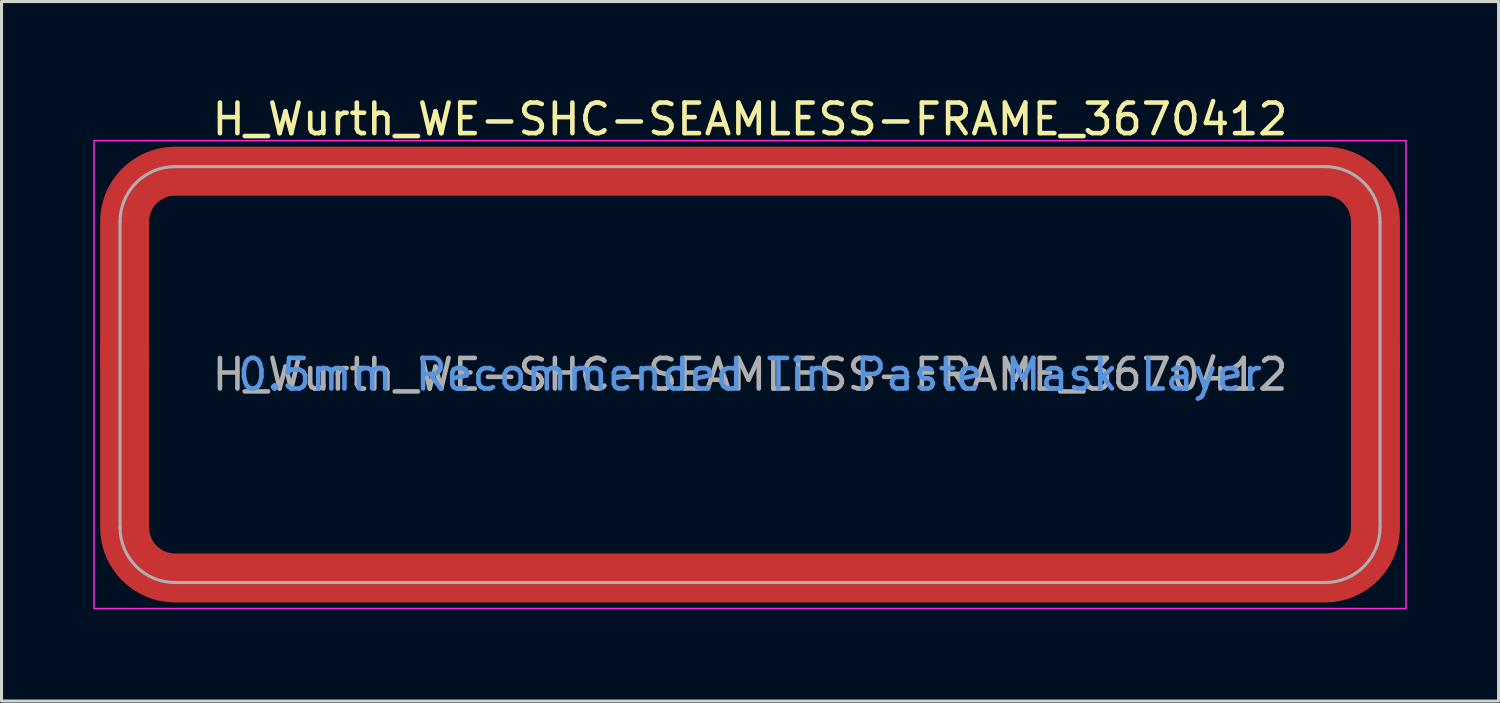
<source format=kicad_pcb>
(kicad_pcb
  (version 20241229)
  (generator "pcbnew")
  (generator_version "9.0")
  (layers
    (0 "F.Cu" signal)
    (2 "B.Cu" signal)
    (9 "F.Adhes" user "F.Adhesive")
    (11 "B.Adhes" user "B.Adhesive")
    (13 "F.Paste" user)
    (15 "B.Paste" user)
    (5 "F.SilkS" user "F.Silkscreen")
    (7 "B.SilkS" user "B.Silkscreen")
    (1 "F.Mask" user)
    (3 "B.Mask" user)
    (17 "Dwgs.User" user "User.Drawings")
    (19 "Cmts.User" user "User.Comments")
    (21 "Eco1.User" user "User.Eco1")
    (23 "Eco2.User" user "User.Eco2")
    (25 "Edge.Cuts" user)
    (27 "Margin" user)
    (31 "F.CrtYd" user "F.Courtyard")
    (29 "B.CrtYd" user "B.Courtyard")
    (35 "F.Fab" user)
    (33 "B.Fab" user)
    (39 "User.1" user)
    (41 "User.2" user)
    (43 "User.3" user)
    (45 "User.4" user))
  (footprint "H_Wurth_WE-SHC-SEAMLESS-FRAME_3670412"
    (layer "F.Cu")
    (at 21.475 9.198)
    (property "Reference" "H_Wurth_WE-SHC-SEAMLESS-FRAME_3670412" (at 0 -8.35 0) (unlocked yes) (layer "F.SilkS") (effects (font (size 1 1) (thickness 0.15))))
    (attr smd)
    (fp_poly (pts (xy -19.7 -0.25) (xy -21.2 -0.25) (xy -21.2 -5) (xy -21.197 -5.126) (xy -21.187 -5.251) (xy -21.17 -5.375) (xy -21.148 -5.499) (xy -21.118 -5.621) (xy -21.083 -5.742) (xy -21.041 -5.86) (xy -20.993 -5.976) (xy -20.938 -6.09) (xy -20.878 -6.2) (xy -20.813 -6.307) (xy -20.742 -6.411) (xy -20.665 -6.51) (xy -20.584 -6.606) (xy -20.497 -6.697) (xy -20.406 -6.784) (xy -20.31 -6.865) (xy -20.211 -6.942) (xy -20.107 -7.013) (xy -20 -7.078) (xy -19.89 -7.138) (xy -19.776 -7.193) (xy -19.66 -7.241) (xy -19.542 -7.283) (xy -19.421 -7.318) (xy -19.299 -7.348) (xy -19.175 -7.37) (xy -19.051 -7.387) (xy -18.926 -7.397) (xy -18.8 -7.4) (xy 18.8 -7.4) (xy 18.926 -7.397) (xy 19.051 -7.387) (xy 19.175 -7.37) (xy 19.299 -7.348) (xy 19.421 -7.318) (xy 19.542 -7.283) (xy 19.66 -7.241) (xy 19.776 -7.193) (xy 19.89 -7.138) (xy 20 -7.078) (xy 20.107 -7.013) (xy 20.211 -6.942) (xy 20.31 -6.865) (xy 20.406 -6.784) (xy 20.497 -6.697) (xy 20.584 -6.606) (xy 20.665 -6.51) (xy 20.742 -6.411) (xy 20.813 -6.307) (xy 20.878 -6.2) (xy 20.938 -6.09) (xy 20.993 -5.976) (xy 21.041 -5.86) (xy 21.083 -5.742) (xy 21.118 -5.621) (xy 21.148 -5.499) (xy 21.17 -5.375) (xy 21.187 -5.251) (xy 21.197 -5.126) (xy 21.2 -5) (xy 21.2 -0.25) (xy 19.7 -0.25) (xy 19.7 -5) (xy 19.699 -5.047) (xy 19.695 -5.094) (xy 19.689 -5.141) (xy 19.68 -5.187) (xy 19.669 -5.233) (xy 19.656 -5.278) (xy 19.64 -5.323) (xy 19.622 -5.366) (xy 19.602 -5.409) (xy 19.579 -5.45) (xy 19.555 -5.49) (xy 19.528 -5.529) (xy 19.499 -5.566) (xy 19.469 -5.602) (xy 19.436 -5.636) (xy 19.402 -5.669) (xy 19.366 -5.699) (xy 19.329 -5.728) (xy 19.29 -5.755) (xy 19.25 -5.779) (xy 19.209 -5.802) (xy 19.166 -5.822) (xy 19.123 -5.84) (xy 19.078 -5.856) (xy 19.033 -5.869) (xy 18.987 -5.88) (xy 18.941 -5.889) (xy 18.894 -5.895) (xy 18.847 -5.899) (xy 18.8 -5.9) (xy -18.8 -5.9) (xy -18.847 -5.899) (xy -18.894 -5.895) (xy -18.941 -5.889) (xy -18.987 -5.88) (xy -19.033 -5.869) (xy -19.078 -5.856) (xy -19.123 -5.84) (xy -19.166 -5.822) (xy -19.209 -5.802) (xy -19.25 -5.779) (xy -19.29 -5.755) (xy -19.329 -5.728) (xy -19.366 -5.699) (xy -19.402 -5.669) (xy -19.436 -5.636) (xy -19.469 -5.602) (xy -19.499 -5.566) (xy -19.528 -5.529) (xy -19.555 -5.49) (xy -19.579 -5.45) (xy -19.602 -5.409) (xy -19.622 -5.366) (xy -19.64 -5.323) (xy -19.656 -5.278) (xy -19.669 -5.233) (xy -19.68 -5.187) (xy -19.689 -5.141) (xy -19.695 -5.094) (xy -19.699 -5.047) (xy -19.7 -5) (xy -19.7 -0.25)) (stroke (width 0.1) (type solid)) (fill yes) (layer "F.Cu"))
    (fp_poly (pts (xy -19.7 -0.25) (xy -21.2 -0.25) (xy -21.2 -5) (xy -21.197 -5.126) (xy -21.187 -5.251) (xy -21.17 -5.375) (xy -21.148 -5.499) (xy -21.118 -5.621) (xy -21.083 -5.742) (xy -21.041 -5.86) (xy -20.993 -5.976) (xy -20.938 -6.09) (xy -20.878 -6.2) (xy -20.813 -6.307) (xy -20.742 -6.411) (xy -20.665 -6.51) (xy -20.584 -6.606) (xy -20.497 -6.697) (xy -20.406 -6.784) (xy -20.31 -6.865) (xy -20.211 -6.942) (xy -20.107 -7.013) (xy -20 -7.078) (xy -19.89 -7.138) (xy -19.776 -7.193) (xy -19.66 -7.241) (xy -19.542 -7.283) (xy -19.421 -7.318) (xy -19.299 -7.348) (xy -19.175 -7.37) (xy -19.051 -7.387) (xy -18.926 -7.397) (xy -18.8 -7.4) (xy 18.8 -7.4) (xy 18.926 -7.397) (xy 19.051 -7.387) (xy 19.175 -7.37) (xy 19.299 -7.348) (xy 19.421 -7.318) (xy 19.542 -7.283) (xy 19.66 -7.241) (xy 19.776 -7.193) (xy 19.89 -7.138) (xy 20 -7.078) (xy 20.107 -7.013) (xy 20.211 -6.942) (xy 20.31 -6.865) (xy 20.406 -6.784) (xy 20.497 -6.697) (xy 20.584 -6.606) (xy 20.665 -6.51) (xy 20.742 -6.411) (xy 20.813 -6.307) (xy 20.878 -6.2) (xy 20.938 -6.09) (xy 20.993 -5.976) (xy 21.041 -5.86) (xy 21.083 -5.742) (xy 21.118 -5.621) (xy 21.148 -5.499) (xy 21.17 -5.375) (xy 21.187 -5.251) (xy 21.197 -5.126) (xy 21.2 -5) (xy 21.2 -0.25) (xy 19.7 -0.25) (xy 19.7 -5) (xy 19.699 -5.047) (xy 19.695 -5.094) (xy 19.689 -5.141) (xy 19.68 -5.187) (xy 19.669 -5.233) (xy 19.656 -5.278) (xy 19.64 -5.323) (xy 19.622 -5.366) (xy 19.602 -5.409) (xy 19.579 -5.45) (xy 19.555 -5.49) (xy 19.528 -5.529) (xy 19.499 -5.566) (xy 19.469 -5.602) (xy 19.436 -5.636) (xy 19.402 -5.669) (xy 19.366 -5.699) (xy 19.329 -5.728) (xy 19.29 -5.755) (xy 19.25 -5.779) (xy 19.209 -5.802) (xy 19.166 -5.822) (xy 19.123 -5.84) (xy 19.078 -5.856) (xy 19.033 -5.869) (xy 18.987 -5.88) (xy 18.941 -5.889) (xy 18.894 -5.895) (xy 18.847 -5.899) (xy 18.8 -5.9) (xy -18.8 -5.9) (xy -18.847 -5.899) (xy -18.894 -5.895) (xy -18.941 -5.889) (xy -18.987 -5.88) (xy -19.033 -5.869) (xy -19.078 -5.856) (xy -19.123 -5.84) (xy -19.166 -5.822) (xy -19.209 -5.802) (xy -19.25 -5.779) (xy -19.29 -5.755) (xy -19.329 -5.728) (xy -19.366 -5.699) (xy -19.402 -5.669) (xy -19.436 -5.636) (xy -19.469 -5.602) (xy -19.499 -5.566) (xy -19.528 -5.529) (xy -19.555 -5.49) (xy -19.579 -5.45) (xy -19.602 -5.409) (xy -19.622 -5.366) (xy -19.64 -5.323) (xy -19.656 -5.278) (xy -19.669 -5.233) (xy -19.68 -5.187) (xy -19.689 -5.141) (xy -19.695 -5.094) (xy -19.699 -5.047) (xy -19.7 -5) (xy -19.7 -0.25)) (stroke (width 0.1) (type solid)) (fill yes) (layer "F.Mask"))
    (fp_poly (pts (xy -19.7 -0.25) (xy -21.2 -0.25) (xy -21.2 -5) (xy -21.197 -5.126) (xy -21.187 -5.251) (xy -21.17 -5.375) (xy -21.148 -5.499) (xy -21.118 -5.621) (xy -21.083 -5.742) (xy -21.041 -5.86) (xy -20.993 -5.976) (xy -20.938 -6.09) (xy -20.878 -6.2) (xy -20.813 -6.307) (xy -20.742 -6.411) (xy -20.665 -6.51) (xy -20.584 -6.606) (xy -20.497 -6.697) (xy -20.406 -6.784) (xy -20.31 -6.865) (xy -20.211 -6.942) (xy -20.107 -7.013) (xy -20 -7.078) (xy -19.89 -7.138) (xy -19.776 -7.193) (xy -19.66 -7.241) (xy -19.542 -7.283) (xy -19.421 -7.318) (xy -19.299 -7.348) (xy -19.175 -7.37) (xy -19.051 -7.387) (xy -18.926 -7.397) (xy -18.8 -7.4) (xy 18.8 -7.4) (xy 18.926 -7.397) (xy 19.051 -7.387) (xy 19.175 -7.37) (xy 19.299 -7.348) (xy 19.421 -7.318) (xy 19.542 -7.283) (xy 19.66 -7.241) (xy 19.776 -7.193) (xy 19.89 -7.138) (xy 20 -7.078) (xy 20.107 -7.013) (xy 20.211 -6.942) (xy 20.31 -6.865) (xy 20.406 -6.784) (xy 20.497 -6.697) (xy 20.584 -6.606) (xy 20.665 -6.51) (xy 20.742 -6.411) (xy 20.813 -6.307) (xy 20.878 -6.2) (xy 20.938 -6.09) (xy 20.993 -5.976) (xy 21.041 -5.86) (xy 21.083 -5.742) (xy 21.118 -5.621) (xy 21.148 -5.499) (xy 21.17 -5.375) (xy 21.187 -5.251) (xy 21.197 -5.126) (xy 21.2 -5) (xy 21.2 -0.25) (xy 19.7 -0.25) (xy 19.7 -5) (xy 19.699 -5.047) (xy 19.695 -5.094) (xy 19.689 -5.141) (xy 19.68 -5.187) (xy 19.669 -5.233) (xy 19.656 -5.278) (xy 19.64 -5.323) (xy 19.622 -5.366) (xy 19.602 -5.409) (xy 19.579 -5.45) (xy 19.555 -5.49) (xy 19.528 -5.529) (xy 19.499 -5.566) (xy 19.469 -5.602) (xy 19.436 -5.636) (xy 19.402 -5.669) (xy 19.366 -5.699) (xy 19.329 -5.728) (xy 19.29 -5.755) (xy 19.25 -5.779) (xy 19.209 -5.802) (xy 19.166 -5.822) (xy 19.123 -5.84) (xy 19.078 -5.856) (xy 19.033 -5.869) (xy 18.987 -5.88) (xy 18.941 -5.889) (xy 18.894 -5.895) (xy 18.847 -5.899) (xy 18.8 -5.9) (xy -18.8 -5.9) (xy -18.847 -5.899) (xy -18.894 -5.895) (xy -18.941 -5.889) (xy -18.987 -5.88) (xy -19.033 -5.869) (xy -19.078 -5.856) (xy -19.123 -5.84) (xy -19.166 -5.822) (xy -19.209 -5.802) (xy -19.25 -5.779) (xy -19.29 -5.755) (xy -19.329 -5.728) (xy -19.366 -5.699) (xy -19.402 -5.669) (xy -19.436 -5.636) (xy -19.469 -5.602) (xy -19.499 -5.566) (xy -19.528 -5.529) (xy -19.555 -5.49) (xy -19.579 -5.45) (xy -19.602 -5.409) (xy -19.622 -5.366) (xy -19.64 -5.323) (xy -19.656 -5.278) (xy -19.669 -5.233) (xy -19.68 -5.187) (xy -19.689 -5.141) (xy -19.695 -5.094) (xy -19.699 -5.047) (xy -19.7 -5) (xy -19.7 -0.25)) (stroke (width 0.1) (type solid)) (fill yes) (layer "F.Paste"))
    (fp_rect (start -21.45 -7.65) (end 21.45 7.65) (stroke (width 0.05) (type solid)) (fill no) (layer "F.CrtYd"))
    (fp_line (start -20.6 5) (end -20.6 -5) (stroke (width 0.1) (type solid)) (layer "F.Fab"))
    (fp_line (start -18.8 -6.8) (end 18.8 -6.8) (stroke (width 0.1) (type solid)) (layer "F.Fab"))
    (fp_line (start -18.8 6.8) (end 18.8 6.8) (stroke (width 0.1) (type solid)) (layer "F.Fab"))
    (fp_line (start 20.6 5) (end 20.6 -5) (stroke (width 0.1) (type solid)) (layer "F.Fab"))
    (fp_arc (start -20.6 -5) (mid -20.072792 -6.272792) (end -18.8 -6.8) (stroke (width 0.1) (type default)) (layer "F.Fab"))
    (fp_arc (start -18.8 6.8) (mid -20.072792 6.272792) (end -20.6 5) (stroke (width 0.1) (type default)) (layer "F.Fab"))
    (fp_arc (start 18.8 -6.8) (mid 20.072792 -6.272792) (end 20.6 -5) (stroke (width 0.1) (type default)) (layer "F.Fab"))
    (fp_arc (start 20.6 5) (mid 20.072792 6.272792) (end 18.8 6.8) (stroke (width 0.1) (type default)) (layer "F.Fab"))
    (fp_text user "0.5mm Recommended Tin Paste Mask Layer" (at 0 0 0) (unlocked yes) (layer "Cmts.User") (effects (font (size 1 1) (thickness 0.15))))
    (fp_text user "${REFERENCE}" (at 0 0 0) (unlocked yes) (layer "F.Fab") (effects (font (size 1 1) (thickness 0.15))))
    (pad "1" smd custom (at 20.45 0) (size 1.5 10) (layers "F.Cu" "F.Mask" "F.Paste") (options (anchor rect)) (primitives (gr_poly (pts (xy -0.75 -1) (xy 0.75 -1) (xy 0.75 5) (xy 0.747 5.126) (xy 0.737 5.251) (xy 0.72 5.375) (xy 0.698 5.499) (xy 0.668 5.621) (xy 0.633 5.742) (xy 0.591 5.86) (xy 0.543 5.976) (xy 0.488 6.09) (xy 0.428 6.2) (xy 0.363 6.307) (xy 0.292 6.411) (xy 0.215 6.51) (xy 0.134 6.606) (xy 0.047 6.697) (xy -0.044 6.784) (xy -0.14 6.865) (xy -0.239 6.942) (xy -0.343 7.013) (xy -0.45 7.078) (xy -0.56 7.138) (xy -0.674 7.193) (xy -0.79 7.241) (xy -0.908 7.283) (xy -1.029 7.318) (xy -1.151 7.348) (xy -1.275 7.37) (xy -1.399 7.387) (xy -1.524 7.397) (xy -1.65 7.4) (xy -39.25 7.4) (xy -39.376 7.397) (xy -39.501 7.387) (xy -39.625 7.37) (xy -39.749 7.348) (xy -39.871 7.318) (xy -39.992 7.283) (xy -40.11 7.241) (xy -40.226 7.193) (xy -40.34 7.138) (xy -40.45 7.078) (xy -40.557 7.013) (xy -40.661 6.942) (xy -40.76 6.865) (xy -40.856 6.784) (xy -40.947 6.697) (xy -41.034 6.606) (xy -41.115 6.51) (xy -41.192 6.411) (xy -41.263 6.307) (xy -41.328 6.2) (xy -41.388 6.09) (xy -41.443 5.976) (xy -41.491 5.86) (xy -41.533 5.742) (xy -41.568 5.621) (xy -41.598 5.499) (xy -41.62 5.375) (xy -41.637 5.251) (xy -41.647 5.126) (xy -41.65 5) (xy -41.65 -1) (xy -40.15 -1) (xy -40.15 5) (xy -40.149 5.047) (xy -40.145 5.094) (xy -40.139 5.141) (xy -40.13 5.187) (xy -40.119 5.233) (xy -40.106 5.278) (xy -40.09 5.323) (xy -40.072 5.366) (xy -40.052 5.409) (xy -40.029 5.45) (xy -40.005 5.49) (xy -39.978 5.529) (xy -39.949 5.566) (xy -39.919 5.602) (xy -39.886 5.636) (xy -39.852 5.669) (xy -39.816 5.699) (xy -39.779 5.728) (xy -39.74 5.755) (xy -39.7 5.779) (xy -39.659 5.802) (xy -39.616 5.822) (xy -39.573 5.84) (xy -39.528 5.856) (xy -39.483 5.869) (xy -39.437 5.88) (xy -39.391 5.889) (xy -39.344 5.895) (xy -39.297 5.899) (xy -39.25 5.9) (xy -1.65 5.9) (xy -1.603 5.899) (xy -1.556 5.895) (xy -1.509 5.889) (xy -1.463 5.88) (xy -1.417 5.869) (xy -1.372 5.856) (xy -1.327 5.84) (xy -1.284 5.822) (xy -1.241 5.802) (xy -1.2 5.779) (xy -1.16 5.755) (xy -1.121 5.728) (xy -1.084 5.699) (xy -1.048 5.669) (xy -1.014 5.636) (xy -0.981 5.602) (xy -0.951 5.566) (xy -0.922 5.529) (xy -0.895 5.49) (xy -0.871 5.45) (xy -0.848 5.409) (xy -0.828 5.366) (xy -0.81 5.323) (xy -0.794 5.278) (xy -0.781 5.233) (xy -0.77 5.187) (xy -0.761 5.141) (xy -0.755 5.094) (xy -0.751 5.047) (xy -0.75 5) (xy -0.75 -1)) (width 0.1) (fill yes)))))
  (gr_rect
    (start -3 -3)
    (end 45.95 19.873)
    (stroke (width 0.1) (type default))
    (fill no)
    (layer "Edge.Cuts")))
</source>
